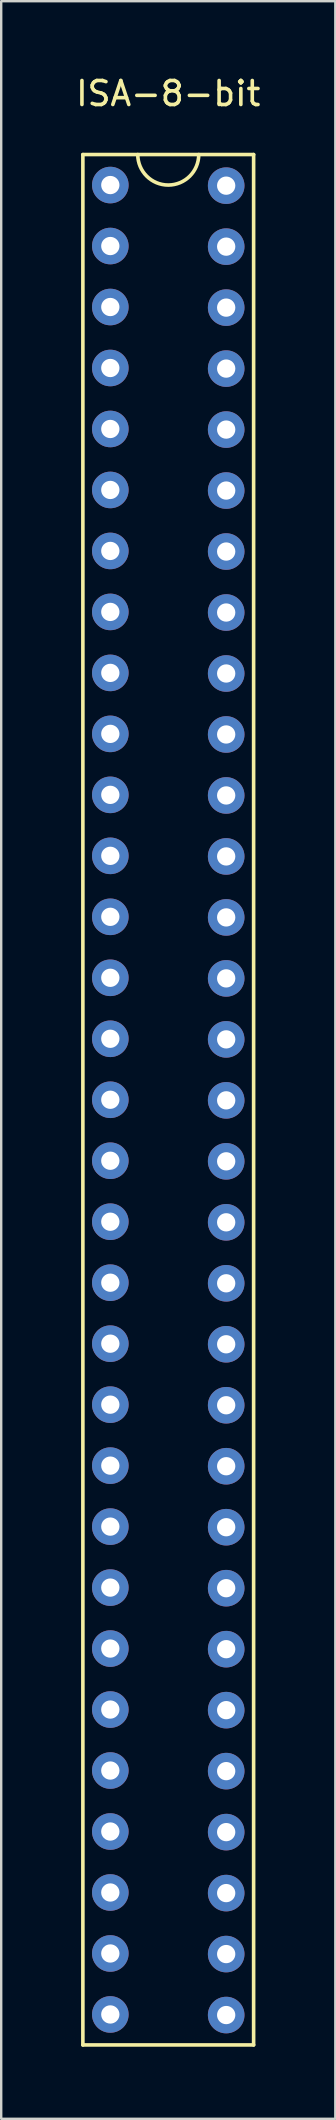
<source format=kicad_pcb>
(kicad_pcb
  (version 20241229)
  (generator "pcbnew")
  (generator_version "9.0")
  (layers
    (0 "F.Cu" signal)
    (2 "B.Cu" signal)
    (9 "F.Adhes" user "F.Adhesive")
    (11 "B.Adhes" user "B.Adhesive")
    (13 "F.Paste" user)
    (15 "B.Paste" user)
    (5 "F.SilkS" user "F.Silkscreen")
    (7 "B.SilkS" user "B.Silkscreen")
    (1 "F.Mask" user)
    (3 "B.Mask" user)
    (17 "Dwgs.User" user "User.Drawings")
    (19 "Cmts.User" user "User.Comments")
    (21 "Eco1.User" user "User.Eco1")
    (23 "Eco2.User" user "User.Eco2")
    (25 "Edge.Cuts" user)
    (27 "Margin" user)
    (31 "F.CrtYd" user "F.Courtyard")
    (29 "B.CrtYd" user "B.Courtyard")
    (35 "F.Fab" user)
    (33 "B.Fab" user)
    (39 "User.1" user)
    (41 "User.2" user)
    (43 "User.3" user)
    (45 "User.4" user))
  (footprint "ISA-8-bit"
    (layer "F.Cu")
    (at 3.958 42.758)
    (property "Reference" "ISA-8-bit" (at 0 -41.91 0) (layer "F.SilkS") (effects (font (size 1 1) (thickness 0.15))))
    (attr through_hole)
    (fp_line (start -3.556 -39.37) (end 3.556 -39.37) (stroke (width 0.15) (type solid)) (layer "F.SilkS"))
    (fp_line (start -3.556 39.37) (end -3.556 -39.37) (stroke (width 0.15) (type solid)) (layer "F.SilkS"))
    (fp_line (start 3.556 -39.37) (end 3.556 39.37) (stroke (width 0.15) (type solid)) (layer "F.SilkS"))
    (fp_line (start 3.556 39.37) (end -3.556 39.37) (stroke (width 0.15) (type solid)) (layer "F.SilkS"))
    (fp_arc (start 1.27 -39.37) (mid 0 -38.1) (end -1.27 -39.37) (stroke (width 0.15) (type solid)) (layer "F.SilkS"))
    (pad "1" thru_hole circle (at -2.413 -38.1) (size 1.524 1.524) (drill 0.762) (layers "*.Cu" "*.Mask"))
    (pad "2" thru_hole circle (at -2.413 -35.56) (size 1.524 1.524) (drill 0.762) (layers "*.Cu" "*.Mask"))
    (pad "3" thru_hole circle (at -2.413 -33.02) (size 1.524 1.524) (drill 0.762) (layers "*.Cu" "*.Mask"))
    (pad "4" thru_hole circle (at -2.413 -30.48) (size 1.524 1.524) (drill 0.762) (layers "*.Cu" "*.Mask"))
    (pad "5" thru_hole circle (at -2.413 -27.94) (size 1.524 1.524) (drill 0.762) (layers "*.Cu" "*.Mask"))
    (pad "6" thru_hole circle (at -2.413 -25.4) (size 1.524 1.524) (drill 0.762) (layers "*.Cu" "*.Mask"))
    (pad "7" thru_hole circle (at -2.413 -22.86) (size 1.524 1.524) (drill 0.762) (layers "*.Cu" "*.Mask"))
    (pad "8" thru_hole circle (at -2.413 -20.32) (size 1.524 1.524) (drill 0.762) (layers "*.Cu" "*.Mask"))
    (pad "9" thru_hole circle (at -2.413 -17.78) (size 1.524 1.524) (drill 0.762) (layers "*.Cu" "*.Mask"))
    (pad "10" thru_hole circle (at -2.413 -15.24) (size 1.524 1.524) (drill 0.762) (layers "*.Cu" "*.Mask"))
    (pad "11" thru_hole circle (at -2.413 -12.7) (size 1.524 1.524) (drill 0.762) (layers "*.Cu" "*.Mask"))
    (pad "12" thru_hole circle (at -2.413 -10.16) (size 1.524 1.524) (drill 0.762) (layers "*.Cu" "*.Mask"))
    (pad "13" thru_hole circle (at -2.413 -7.62) (size 1.524 1.524) (drill 0.762) (layers "*.Cu" "*.Mask"))
    (pad "14" thru_hole circle (at -2.413 -5.08) (size 1.524 1.524) (drill 0.762) (layers "*.Cu" "*.Mask"))
    (pad "15" thru_hole circle (at -2.413 -2.54) (size 1.524 1.524) (drill 0.762) (layers "*.Cu" "*.Mask"))
    (pad "16" thru_hole circle (at -2.413 0) (size 1.524 1.524) (drill 0.762) (layers "*.Cu" "*.Mask"))
    (pad "17" thru_hole circle (at -2.413 2.54) (size 1.524 1.524) (drill 0.762) (layers "*.Cu" "*.Mask"))
    (pad "18" thru_hole circle (at -2.413 5.08) (size 1.524 1.524) (drill 0.762) (layers "*.Cu" "*.Mask"))
    (pad "19" thru_hole circle (at -2.413 7.62) (size 1.524 1.524) (drill 0.762) (layers "*.Cu" "*.Mask"))
    (pad "20" thru_hole circle (at -2.413 10.16) (size 1.524 1.524) (drill 0.762) (layers "*.Cu" "*.Mask"))
    (pad "21" thru_hole circle (at -2.413 12.7) (size 1.524 1.524) (drill 0.762) (layers "*.Cu" "*.Mask"))
    (pad "22" thru_hole circle (at -2.413 15.24) (size 1.524 1.524) (drill 0.762) (layers "*.Cu" "*.Mask"))
    (pad "23" thru_hole circle (at -2.413 17.78) (size 1.524 1.524) (drill 0.762) (layers "*.Cu" "*.Mask"))
    (pad "24" thru_hole circle (at -2.413 20.32) (size 1.524 1.524) (drill 0.762) (layers "*.Cu" "*.Mask"))
    (pad "25" thru_hole circle (at -2.413 22.86) (size 1.524 1.524) (drill 0.762) (layers "*.Cu" "*.Mask"))
    (pad "26" thru_hole circle (at -2.413 25.4) (size 1.524 1.524) (drill 0.762) (layers "*.Cu" "*.Mask"))
    (pad "27" thru_hole circle (at -2.413 27.94) (size 1.524 1.524) (drill 0.762) (layers "*.Cu" "*.Mask"))
    (pad "28" thru_hole circle (at -2.413 30.48) (size 1.524 1.524) (drill 0.762) (layers "*.Cu" "*.Mask"))
    (pad "29" thru_hole circle (at -2.413 33.02) (size 1.524 1.524) (drill 0.762) (layers "*.Cu" "*.Mask"))
    (pad "30" thru_hole circle (at -2.413 35.56) (size 1.524 1.524) (drill 0.762) (layers "*.Cu" "*.Mask"))
    (pad "31" thru_hole circle (at -2.413 38.1) (size 1.524 1.524) (drill 0.762) (layers "*.Cu" "*.Mask"))
    (pad "32" thru_hole circle (at 2.413 -38.075) (size 1.524 1.524) (drill 0.762) (layers "*.Cu" "*.Mask"))
    (pad "33" thru_hole circle (at 2.413 -35.535) (size 1.524 1.524) (drill 0.762) (layers "*.Cu" "*.Mask"))
    (pad "34" thru_hole circle (at 2.413 -32.995) (size 1.524 1.524) (drill 0.762) (layers "*.Cu" "*.Mask"))
    (pad "35" thru_hole circle (at 2.413 -30.455) (size 1.524 1.524) (drill 0.762) (layers "*.Cu" "*.Mask"))
    (pad "36" thru_hole circle (at 2.413 -27.915) (size 1.524 1.524) (drill 0.762) (layers "*.Cu" "*.Mask"))
    (pad "37" thru_hole circle (at 2.413 -25.375) (size 1.524 1.524) (drill 0.762) (layers "*.Cu" "*.Mask"))
    (pad "38" thru_hole circle (at 2.413 -22.835) (size 1.524 1.524) (drill 0.762) (layers "*.Cu" "*.Mask"))
    (pad "39" thru_hole circle (at 2.413 -20.295) (size 1.524 1.524) (drill 0.762) (layers "*.Cu" "*.Mask"))
    (pad "40" thru_hole circle (at 2.413 -17.755) (size 1.524 1.524) (drill 0.762) (layers "*.Cu" "*.Mask"))
    (pad "41" thru_hole circle (at 2.413 -15.215) (size 1.524 1.524) (drill 0.762) (layers "*.Cu" "*.Mask"))
    (pad "42" thru_hole circle (at 2.413 -12.675) (size 1.524 1.524) (drill 0.762) (layers "*.Cu" "*.Mask"))
    (pad "43" thru_hole circle (at 2.413 -10.135) (size 1.524 1.524) (drill 0.762) (layers "*.Cu" "*.Mask"))
    (pad "44" thru_hole circle (at 2.413 -7.595) (size 1.524 1.524) (drill 0.762) (layers "*.Cu" "*.Mask"))
    (pad "45" thru_hole circle (at 2.413 -5.055) (size 1.524 1.524) (drill 0.762) (layers "*.Cu" "*.Mask"))
    (pad "46" thru_hole circle (at 2.413 -2.515) (size 1.524 1.524) (drill 0.762) (layers "*.Cu" "*.Mask"))
    (pad "47" thru_hole circle (at 2.413 0.025) (size 1.524 1.524) (drill 0.762) (layers "*.Cu" "*.Mask"))
    (pad "48" thru_hole circle (at 2.413 2.565) (size 1.524 1.524) (drill 0.762) (layers "*.Cu" "*.Mask"))
    (pad "49" thru_hole circle (at 2.413 5.105) (size 1.524 1.524) (drill 0.762) (layers "*.Cu" "*.Mask"))
    (pad "50" thru_hole circle (at 2.413 7.645) (size 1.524 1.524) (drill 0.762) (layers "*.Cu" "*.Mask"))
    (pad "51" thru_hole circle (at 2.413 10.185) (size 1.524 1.524) (drill 0.762) (layers "*.Cu" "*.Mask"))
    (pad "52" thru_hole circle (at 2.413 12.725) (size 1.524 1.524) (drill 0.762) (layers "*.Cu" "*.Mask"))
    (pad "53" thru_hole circle (at 2.413 15.265) (size 1.524 1.524) (drill 0.762) (layers "*.Cu" "*.Mask"))
    (pad "54" thru_hole circle (at 2.413 17.805) (size 1.524 1.524) (drill 0.762) (layers "*.Cu" "*.Mask"))
    (pad "55" thru_hole circle (at 2.413 20.345) (size 1.524 1.524) (drill 0.762) (layers "*.Cu" "*.Mask"))
    (pad "56" thru_hole circle (at 2.413 22.885) (size 1.524 1.524) (drill 0.762) (layers "*.Cu" "*.Mask"))
    (pad "57" thru_hole circle (at 2.413 25.425) (size 1.524 1.524) (drill 0.762) (layers "*.Cu" "*.Mask"))
    (pad "58" thru_hole circle (at 2.413 27.965) (size 1.524 1.524) (drill 0.762) (layers "*.Cu" "*.Mask"))
    (pad "59" thru_hole circle (at 2.413 30.505) (size 1.524 1.524) (drill 0.762) (layers "*.Cu" "*.Mask"))
    (pad "60" thru_hole circle (at 2.413 33.045) (size 1.524 1.524) (drill 0.762) (layers "*.Cu" "*.Mask"))
    (pad "61" thru_hole circle (at 2.413 35.585) (size 1.524 1.524) (drill 0.762) (layers "*.Cu" "*.Mask"))
    (pad "62" thru_hole circle (at 2.413 38.125) (size 1.524 1.524) (drill 0.762) (layers "*.Cu" "*.Mask")))
  (gr_rect
    (start -3 -3)
    (end 10.917 85.203)
    (stroke (width 0.1) (type default))
    (fill no)
    (layer "Edge.Cuts")))
</source>
